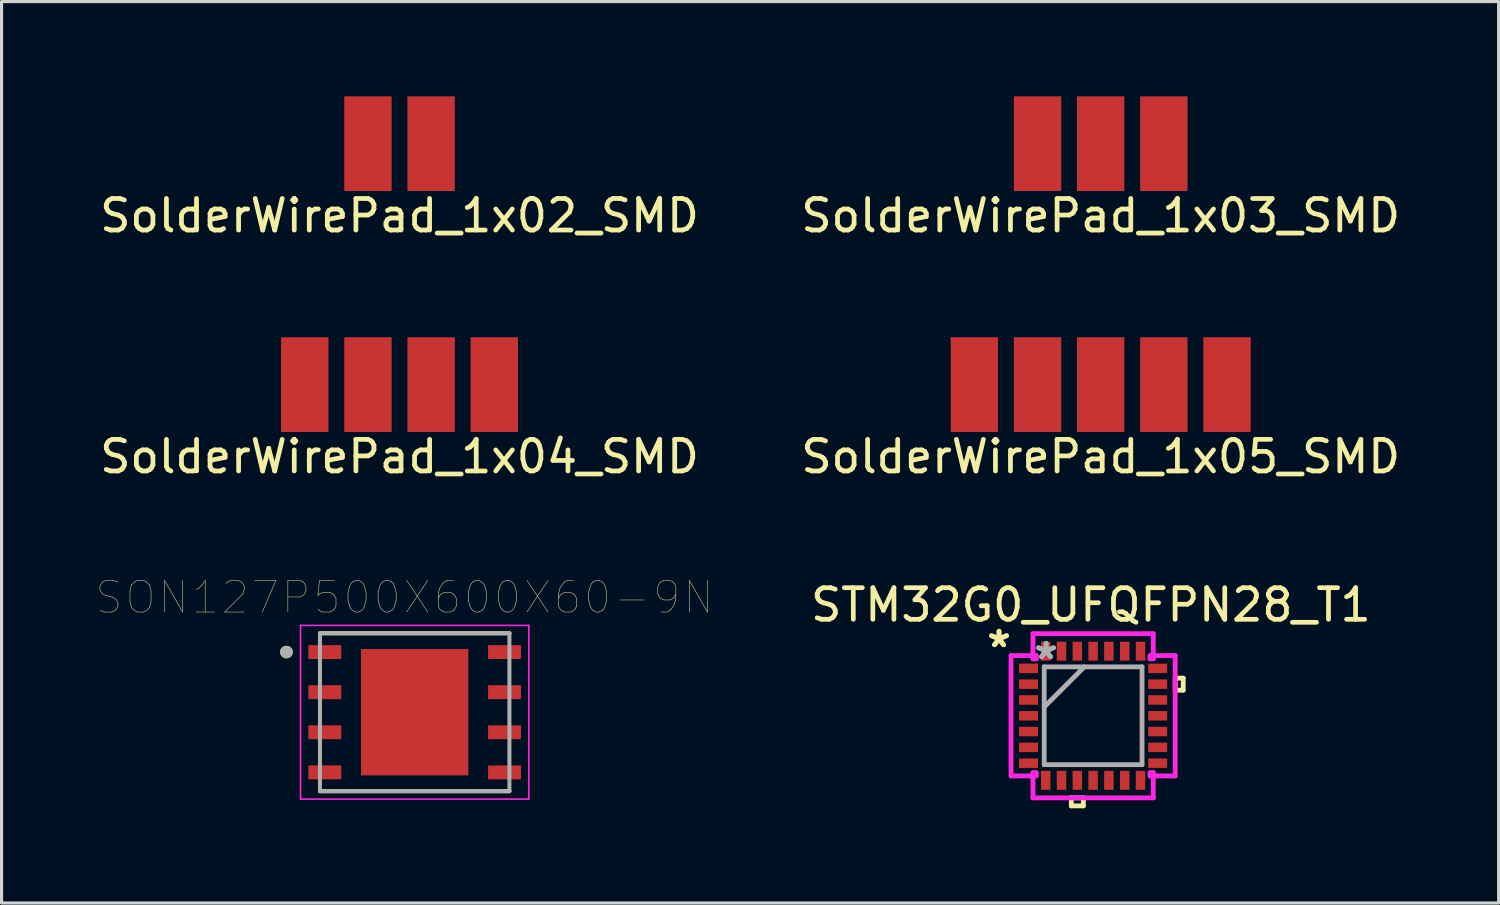
<source format=kicad_pcb>
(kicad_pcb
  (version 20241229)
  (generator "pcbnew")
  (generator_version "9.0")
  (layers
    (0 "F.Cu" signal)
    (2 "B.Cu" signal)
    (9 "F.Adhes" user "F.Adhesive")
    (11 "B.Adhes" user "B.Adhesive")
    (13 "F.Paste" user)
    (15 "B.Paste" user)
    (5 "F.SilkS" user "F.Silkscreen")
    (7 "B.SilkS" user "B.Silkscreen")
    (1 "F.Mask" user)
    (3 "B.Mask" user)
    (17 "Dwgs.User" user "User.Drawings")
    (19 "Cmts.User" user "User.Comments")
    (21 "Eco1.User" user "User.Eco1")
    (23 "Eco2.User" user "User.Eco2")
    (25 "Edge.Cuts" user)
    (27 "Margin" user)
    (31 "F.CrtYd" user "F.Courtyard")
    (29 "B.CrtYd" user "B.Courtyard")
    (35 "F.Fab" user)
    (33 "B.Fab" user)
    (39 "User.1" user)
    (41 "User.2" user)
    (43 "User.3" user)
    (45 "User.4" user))
  (footprint "SON127P500X600X60-9N"
    (layer "F.Cu")
    (at 10.081 19.503)
    (property "Reference" "SON127P500X600X60-9N" (at -0.325 -3.635 0) (layer "F.SilkS") (effects (font (size 1 1) (thickness 0.015))))
    (attr through_hole)
    (fp_line (start -3 -2.5) (end 3 -2.5) (stroke (width 0.127) (type solid)) (layer "F.SilkS"))
    (fp_line (start -3 2.5) (end 3 2.5) (stroke (width 0.127) (type solid)) (layer "F.SilkS"))
    (fp_circle (center -4.06 -1.905) (end -3.96 -1.905) (stroke (width 0.2) (type solid)) (fill no) (layer "F.SilkS"))
    (fp_poly (pts (xy -1.075 -1.265) (xy 1.075 -1.265) (xy 1.075 1.265) (xy -1.075 1.265)) (stroke (width 0.01) (type solid)) (fill yes) (layer "F.Paste"))
    (fp_line (start -3.615 -2.75) (end -3.615 2.75) (stroke (width 0.05) (type solid)) (layer "F.CrtYd"))
    (fp_line (start -3.615 -2.75) (end 3.615 -2.75) (stroke (width 0.05) (type solid)) (layer "F.CrtYd"))
    (fp_line (start -3.615 2.75) (end 3.615 2.75) (stroke (width 0.05) (type solid)) (layer "F.CrtYd"))
    (fp_line (start 3.615 -2.75) (end 3.615 2.75) (stroke (width 0.05) (type solid)) (layer "F.CrtYd"))
    (fp_line (start -3 -2.5) (end -3 2.5) (stroke (width 0.127) (type solid)) (layer "F.Fab"))
    (fp_line (start -3 -2.5) (end 3 -2.5) (stroke (width 0.127) (type solid)) (layer "F.Fab"))
    (fp_line (start -3 2.5) (end 3 2.5) (stroke (width 0.127) (type solid)) (layer "F.Fab"))
    (fp_line (start 3 -2.5) (end 3 2.5) (stroke (width 0.127) (type solid)) (layer "F.Fab"))
    (fp_circle (center -4.06 -1.905) (end -3.96 -1.905) (stroke (width 0.2) (type solid)) (fill no) (layer "F.Fab"))
    (pad "1" smd rect (at -2.845 -1.905) (size 1.04 0.44) (layers "F.Cu" "F.Mask" "F.Paste"))
    (pad "2" smd rect (at -2.845 -0.635) (size 1.04 0.44) (layers "F.Cu" "F.Mask" "F.Paste"))
    (pad "3" smd rect (at -2.845 0.635) (size 1.04 0.44) (layers "F.Cu" "F.Mask" "F.Paste"))
    (pad "4" smd rect (at -2.845 1.905) (size 1.04 0.44) (layers "F.Cu" "F.Mask" "F.Paste"))
    (pad "5" smd rect (at 2.845 1.905) (size 1.04 0.44) (layers "F.Cu" "F.Mask" "F.Paste"))
    (pad "6" smd rect (at 2.845 0.635) (size 1.04 0.44) (layers "F.Cu" "F.Mask" "F.Paste"))
    (pad "7" smd rect (at 2.845 -0.635) (size 1.04 0.44) (layers "F.Cu" "F.Mask" "F.Paste"))
    (pad "8" smd rect (at 2.845 -1.905) (size 1.04 0.44) (layers "F.Cu" "F.Mask" "F.Paste"))
    (pad "9" smd rect (at 0 0) (size 3.4 4) (layers "F.Cu" "F.Mask")))
  (footprint "SolderWirePad_1x02_SMD"
    (layer "F.Cu")
    (at 9.601 1.5)
    (property "Reference" "SolderWirePad_1x02_SMD" (at 0 2.28 0) (layer "F.SilkS") (effects (font (size 1 1) (thickness 0.15))))
    (attr through_hole)
    (pad "1" smd trapezoid (at -1 0) (size 1.5 3) (layers "F.Cu" "F.Mask" "F.Paste"))
    (pad "2" smd trapezoid (at 1 0) (size 1.5 3) (layers "F.Cu" "F.Mask" "F.Paste")))
  (footprint "SolderWirePad_1x05_SMD"
    (layer "F.Cu")
    (at 31.804 9.128)
    (property "Reference" "SolderWirePad_1x05_SMD" (at 0 2.28 0) (layer "F.SilkS") (effects (font (size 1 1) (thickness 0.15))))
    (attr through_hole)
    (pad "1" smd trapezoid (at -4 0) (size 1.5 3) (layers "F.Cu" "F.Mask" "F.Paste"))
    (pad "2" smd trapezoid (at -2 0) (size 1.5 3) (layers "F.Cu" "F.Mask" "F.Paste"))
    (pad "3" smd trapezoid (at 0 0) (size 1.5 3) (layers "F.Cu" "F.Mask" "F.Paste"))
    (pad "4" smd trapezoid (at 2 0) (size 1.5 3) (layers "F.Cu" "F.Mask" "F.Paste"))
    (pad "5" smd trapezoid (at 4 0) (size 1.5 3) (layers "F.Cu" "F.Mask" "F.Paste")))
  (footprint "SolderWirePad_1x03_SMD"
    (layer "F.Cu")
    (at 31.804 1.5)
    (property "Reference" "SolderWirePad_1x03_SMD" (at 0 2.28 0) (layer "F.SilkS") (effects (font (size 1 1) (thickness 0.15))))
    (attr through_hole)
    (pad "1" smd trapezoid (at -2 0) (size 1.5 3) (layers "F.Cu" "F.Mask" "F.Paste"))
    (pad "2" smd trapezoid (at 0 0) (size 1.5 3) (layers "F.Cu" "F.Mask" "F.Paste"))
    (pad "3" smd trapezoid (at 2 0) (size 1.5 3) (layers "F.Cu" "F.Mask" "F.Paste")))
  (footprint "STM32G0_UFQFPN28_T1"
    (layer "F.Cu")
    (at 31.564 19.615)
    (property "Reference" "STM32G0_UFQFPN28_T1" (at -0.07 -3.51 0) (layer "F.SilkS") (effects (font (size 1 1) (thickness 0.15))))
    (attr through_hole)
    (fp_line (start -0.691 2.599) (end -0.691 2.853) (stroke (width 0.152) (type solid)) (layer "F.SilkS"))
    (fp_line (start -0.691 2.853) (end -0.31 2.853) (stroke (width 0.152) (type solid)) (layer "F.SilkS"))
    (fp_line (start -0.31 2.599) (end -0.691 2.599) (stroke (width 0.152) (type solid)) (layer "F.SilkS"))
    (fp_line (start -0.31 2.853) (end -0.31 2.599) (stroke (width 0.152) (type solid)) (layer "F.SilkS"))
    (fp_line (start 2.599 -1.191) (end 2.853 -1.191) (stroke (width 0.152) (type solid)) (layer "F.SilkS"))
    (fp_line (start 2.599 -0.81) (end 2.599 -1.191) (stroke (width 0.152) (type solid)) (layer "F.SilkS"))
    (fp_line (start 2.853 -1.191) (end 2.853 -0.81) (stroke (width 0.152) (type solid)) (layer "F.SilkS"))
    (fp_line (start 2.853 -0.81) (end 2.599 -0.81) (stroke (width 0.152) (type solid)) (layer "F.SilkS"))
    (fp_line (start -2.599 -1.905) (end -1.803 -1.905) (stroke (width 0.152) (type solid)) (layer "F.CrtYd"))
    (fp_line (start -2.599 1.905) (end -2.599 -1.905) (stroke (width 0.152) (type solid)) (layer "F.CrtYd"))
    (fp_line (start -1.905 -2.599) (end 1.905 -2.599) (stroke (width 0.152) (type solid)) (layer "F.CrtYd"))
    (fp_line (start -1.905 -1.803) (end -1.905 -2.599) (stroke (width 0.152) (type solid)) (layer "F.CrtYd"))
    (fp_line (start -1.905 1.803) (end -1.803 1.803) (stroke (width 0.152) (type solid)) (layer "F.CrtYd"))
    (fp_line (start -1.905 2.599) (end -1.905 1.803) (stroke (width 0.152) (type solid)) (layer "F.CrtYd"))
    (fp_line (start -1.803 -1.905) (end -1.803 -1.803) (stroke (width 0.152) (type solid)) (layer "F.CrtYd"))
    (fp_line (start -1.803 -1.803) (end -1.905 -1.803) (stroke (width 0.152) (type solid)) (layer "F.CrtYd"))
    (fp_line (start -1.803 1.803) (end -1.803 1.905) (stroke (width 0.152) (type solid)) (layer "F.CrtYd"))
    (fp_line (start -1.803 1.905) (end -2.599 1.905) (stroke (width 0.152) (type solid)) (layer "F.CrtYd"))
    (fp_line (start 1.803 -1.905) (end 2.599 -1.905) (stroke (width 0.152) (type solid)) (layer "F.CrtYd"))
    (fp_line (start 1.803 -1.803) (end 1.803 -1.905) (stroke (width 0.152) (type solid)) (layer "F.CrtYd"))
    (fp_line (start 1.803 1.803) (end 1.905 1.803) (stroke (width 0.152) (type solid)) (layer "F.CrtYd"))
    (fp_line (start 1.803 1.905) (end 1.803 1.803) (stroke (width 0.152) (type solid)) (layer "F.CrtYd"))
    (fp_line (start 1.905 -2.599) (end 1.905 -1.803) (stroke (width 0.152) (type solid)) (layer "F.CrtYd"))
    (fp_line (start 1.905 -1.803) (end 1.803 -1.803) (stroke (width 0.152) (type solid)) (layer "F.CrtYd"))
    (fp_line (start 1.905 1.803) (end 1.905 2.599) (stroke (width 0.152) (type solid)) (layer "F.CrtYd"))
    (fp_line (start 1.905 2.599) (end -1.905 2.599) (stroke (width 0.152) (type solid)) (layer "F.CrtYd"))
    (fp_line (start 2.599 -1.905) (end 2.599 1.905) (stroke (width 0.152) (type solid)) (layer "F.CrtYd"))
    (fp_line (start 2.599 1.905) (end 1.803 1.905) (stroke (width 0.152) (type solid)) (layer "F.CrtYd"))
    (fp_line (start -1.549 -1.549) (end -1.549 1.549) (stroke (width 0.152) (type solid)) (layer "F.Fab"))
    (fp_line (start -1.549 -0.279) (end -0.279 -1.549) (stroke (width 0.152) (type solid)) (layer "F.Fab"))
    (fp_line (start -1.549 1.549) (end 1.549 1.549) (stroke (width 0.152) (type solid)) (layer "F.Fab"))
    (fp_line (start 1.549 -1.549) (end -1.549 -1.549) (stroke (width 0.152) (type solid)) (layer "F.Fab"))
    (fp_line (start 1.549 1.549) (end 1.549 -1.549) (stroke (width 0.152) (type solid)) (layer "F.Fab"))
    (fp_text user "*" (at -2.98 -2.132 0) (layer "F.SilkS") (effects (font (size 1 1) (thickness 0.15))))
    (fp_text user "*" (at -2.98 -2.132 0) (layer "F.SilkS") (effects (font (size 1 1) (thickness 0.15))))
    (fp_text user "*" (at -1.491 -1.751 0) (layer "F.Fab") (effects (font (size 1 1) (thickness 0.15))))
    (fp_text user "*" (at -1.491 -1.751 0) (layer "F.Fab") (effects (font (size 1 1) (thickness 0.15))))
    (pad "1" smd rect (at -2.045 -1.501 90) (size 0.3 0.6) (layers "F.Cu" "F.Mask" "F.Paste"))
    (pad "2" smd rect (at -2.045 -1.001 90) (size 0.3 0.6) (layers "F.Cu" "F.Mask" "F.Paste"))
    (pad "3" smd rect (at -2.045 -0.5 90) (size 0.3 0.6) (layers "F.Cu" "F.Mask" "F.Paste"))
    (pad "4" smd rect (at -2.045 0 90) (size 0.3 0.6) (layers "F.Cu" "F.Mask" "F.Paste"))
    (pad "5" smd rect (at -2.045 0.5 90) (size 0.3 0.6) (layers "F.Cu" "F.Mask" "F.Paste"))
    (pad "6" smd rect (at -2.045 1.001 90) (size 0.3 0.6) (layers "F.Cu" "F.Mask" "F.Paste"))
    (pad "7" smd rect (at -2.045 1.501 90) (size 0.3 0.6) (layers "F.Cu" "F.Mask" "F.Paste"))
    (pad "8" smd rect (at -1.501 2.045) (size 0.3 0.6) (layers "F.Cu" "F.Mask" "F.Paste"))
    (pad "9" smd rect (at -1.001 2.045) (size 0.3 0.6) (layers "F.Cu" "F.Mask" "F.Paste"))
    (pad "10" smd rect (at -0.5 2.045) (size 0.3 0.6) (layers "F.Cu" "F.Mask" "F.Paste"))
    (pad "11" smd rect (at 0 2.045) (size 0.3 0.6) (layers "F.Cu" "F.Mask" "F.Paste"))
    (pad "12" smd rect (at 0.5 2.045) (size 0.3 0.6) (layers "F.Cu" "F.Mask" "F.Paste"))
    (pad "13" smd rect (at 1.001 2.045) (size 0.3 0.6) (layers "F.Cu" "F.Mask" "F.Paste"))
    (pad "14" smd rect (at 1.501 2.045) (size 0.3 0.6) (layers "F.Cu" "F.Mask" "F.Paste"))
    (pad "15" smd rect (at 2.045 1.501 90) (size 0.3 0.6) (layers "F.Cu" "F.Mask" "F.Paste"))
    (pad "16" smd rect (at 2.045 1.001 90) (size 0.3 0.6) (layers "F.Cu" "F.Mask" "F.Paste"))
    (pad "17" smd rect (at 2.045 0.5 90) (size 0.3 0.6) (layers "F.Cu" "F.Mask" "F.Paste"))
    (pad "18" smd rect (at 2.045 0 90) (size 0.3 0.6) (layers "F.Cu" "F.Mask" "F.Paste"))
    (pad "19" smd rect (at 2.045 -0.5 90) (size 0.3 0.6) (layers "F.Cu" "F.Mask" "F.Paste"))
    (pad "20" smd rect (at 2.045 -1.001 90) (size 0.3 0.6) (layers "F.Cu" "F.Mask" "F.Paste"))
    (pad "21" smd rect (at 2.045 -1.501 90) (size 0.3 0.6) (layers "F.Cu" "F.Mask" "F.Paste"))
    (pad "22" smd rect (at 1.501 -2.045) (size 0.3 0.6) (layers "F.Cu" "F.Mask" "F.Paste"))
    (pad "23" smd rect (at 1.001 -2.045) (size 0.3 0.6) (layers "F.Cu" "F.Mask" "F.Paste"))
    (pad "24" smd rect (at 0.5 -2.045) (size 0.3 0.6) (layers "F.Cu" "F.Mask" "F.Paste"))
    (pad "25" smd rect (at 0 -2.045) (size 0.3 0.6) (layers "F.Cu" "F.Mask" "F.Paste"))
    (pad "26" smd rect (at -0.5 -2.045) (size 0.3 0.6) (layers "F.Cu" "F.Mask" "F.Paste"))
    (pad "27" smd rect (at -1.001 -2.045) (size 0.3 0.6) (layers "F.Cu" "F.Mask" "F.Paste"))
    (pad "28" smd rect (at -1.501 -2.045) (size 0.3 0.6) (layers "F.Cu" "F.Mask" "F.Paste")))
  (footprint "SolderWirePad_1x04_SMD"
    (layer "F.Cu")
    (at 9.601 9.128)
    (property "Reference" "SolderWirePad_1x04_SMD" (at 0 2.28 0) (layer "F.SilkS") (effects (font (size 1 1) (thickness 0.15))))
    (attr through_hole)
    (pad "1" smd trapezoid (at -3 0) (size 1.5 3) (layers "F.Cu" "F.Mask" "F.Paste"))
    (pad "2" smd trapezoid (at -1 0) (size 1.5 3) (layers "F.Cu" "F.Mask" "F.Paste"))
    (pad "3" smd trapezoid (at 1 0) (size 1.5 3) (layers "F.Cu" "F.Mask" "F.Paste"))
    (pad "4" smd trapezoid (at 3 0) (size 1.5 3) (layers "F.Cu" "F.Mask" "F.Paste")))
  (gr_rect
    (start -3 -3)
    (end 44.405 25.544)
    (stroke (width 0.1) (type default))
    (fill no)
    (layer "Edge.Cuts")))
</source>
